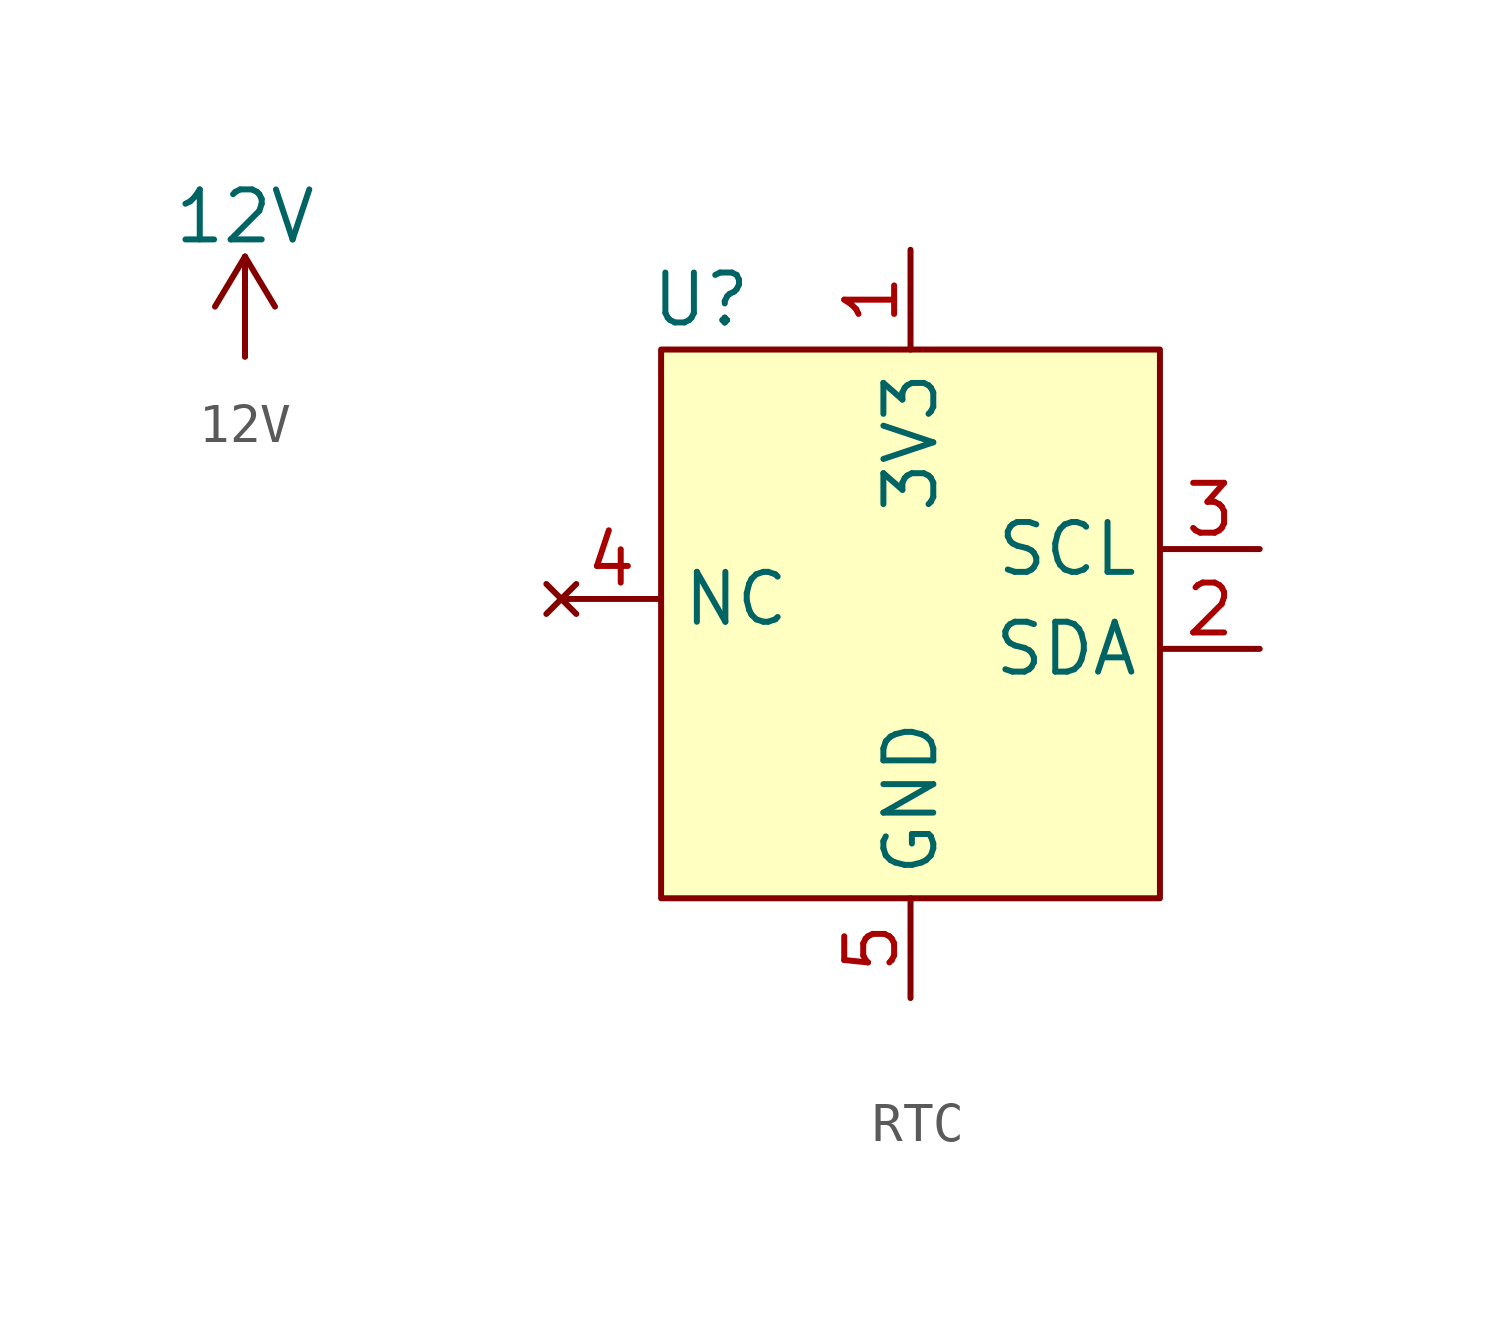
<source format=kicad_sym>
(kicad_symbol_lib
  (version 20231120)
  (generator "kicad_symbol_editor")
  (generator_version "8.0")
  (symbol "12V"
    (power)
    (pin_numbers hide)
    (pin_names
      (offset 0) hide)
    (property "Reference" "#PWR"
      (at 0 -3.81 0)
      (effects (font (size 1.27 1.27)) (hide yes)))
    (property "Value" "12V"
      (at 0 3.556 0)
      (effects (font (size 1.27 1.27))))
    (symbol "12V_0_1"
      (polyline (pts (xy -0.762 1.27) (xy 0 2.54)) (stroke (width 0) (type default)) (fill (type none)))
      (polyline (pts (xy 0 0) (xy 0 2.54)) (stroke (width 0) (type default)) (fill (type none)))
      (polyline (pts (xy 0 2.54) (xy 0.762 1.27)) (stroke (width 0) (type default)) (fill (type none))))
    (symbol "12V_1_1"
      (pin power_in line (at 0 0 90) (length 0) (name "~" (effects (font (size 1.27 1.27)))) (number "1" (effects (font (size 1.27 1.27)))))))
  (symbol "RTC"
    (property "Reference" "U"
      (at 1.016 1.27 0)
      (effects (font (size 1.27 1.27))))
    (property "Value" ""
      (at 13.97 -2.54 0)
      (effects (font (size 1.27 1.27))))
    (symbol "RTC_1_1"
      (rectangle (start 0 0) (end 12.7 -13.97) (stroke (width 0) (type default)) (fill (type background)))
      (pin power_in line (at 6.35 2.54 270) (length 2.54) (name "3V3" (effects (font (size 1.27 1.27)))) (number "1" (effects (font (size 1.27 1.27)))))
      (pin bidirectional line (at 15.24 -7.62 180) (length 2.54) (name "SDA" (effects (font (size 1.27 1.27)))) (number "2" (effects (font (size 1.27 1.27)))))
      (pin input line (at 15.24 -5.08 180) (length 2.54) (name "SCL" (effects (font (size 1.27 1.27)))) (number "3" (effects (font (size 1.27 1.27)))))
      (pin no_connect line (at -2.54 -6.35 0) (length 2.54) (name "NC" (effects (font (size 1.27 1.27)))) (number "4" (effects (font (size 1.27 1.27)))))
      (pin power_in line (at 6.35 -16.51 90) (length 2.54) (name "GND" (effects (font (size 1.27 1.27)))) (number "5" (effects (font (size 1.27 1.27))))))))
</source>
